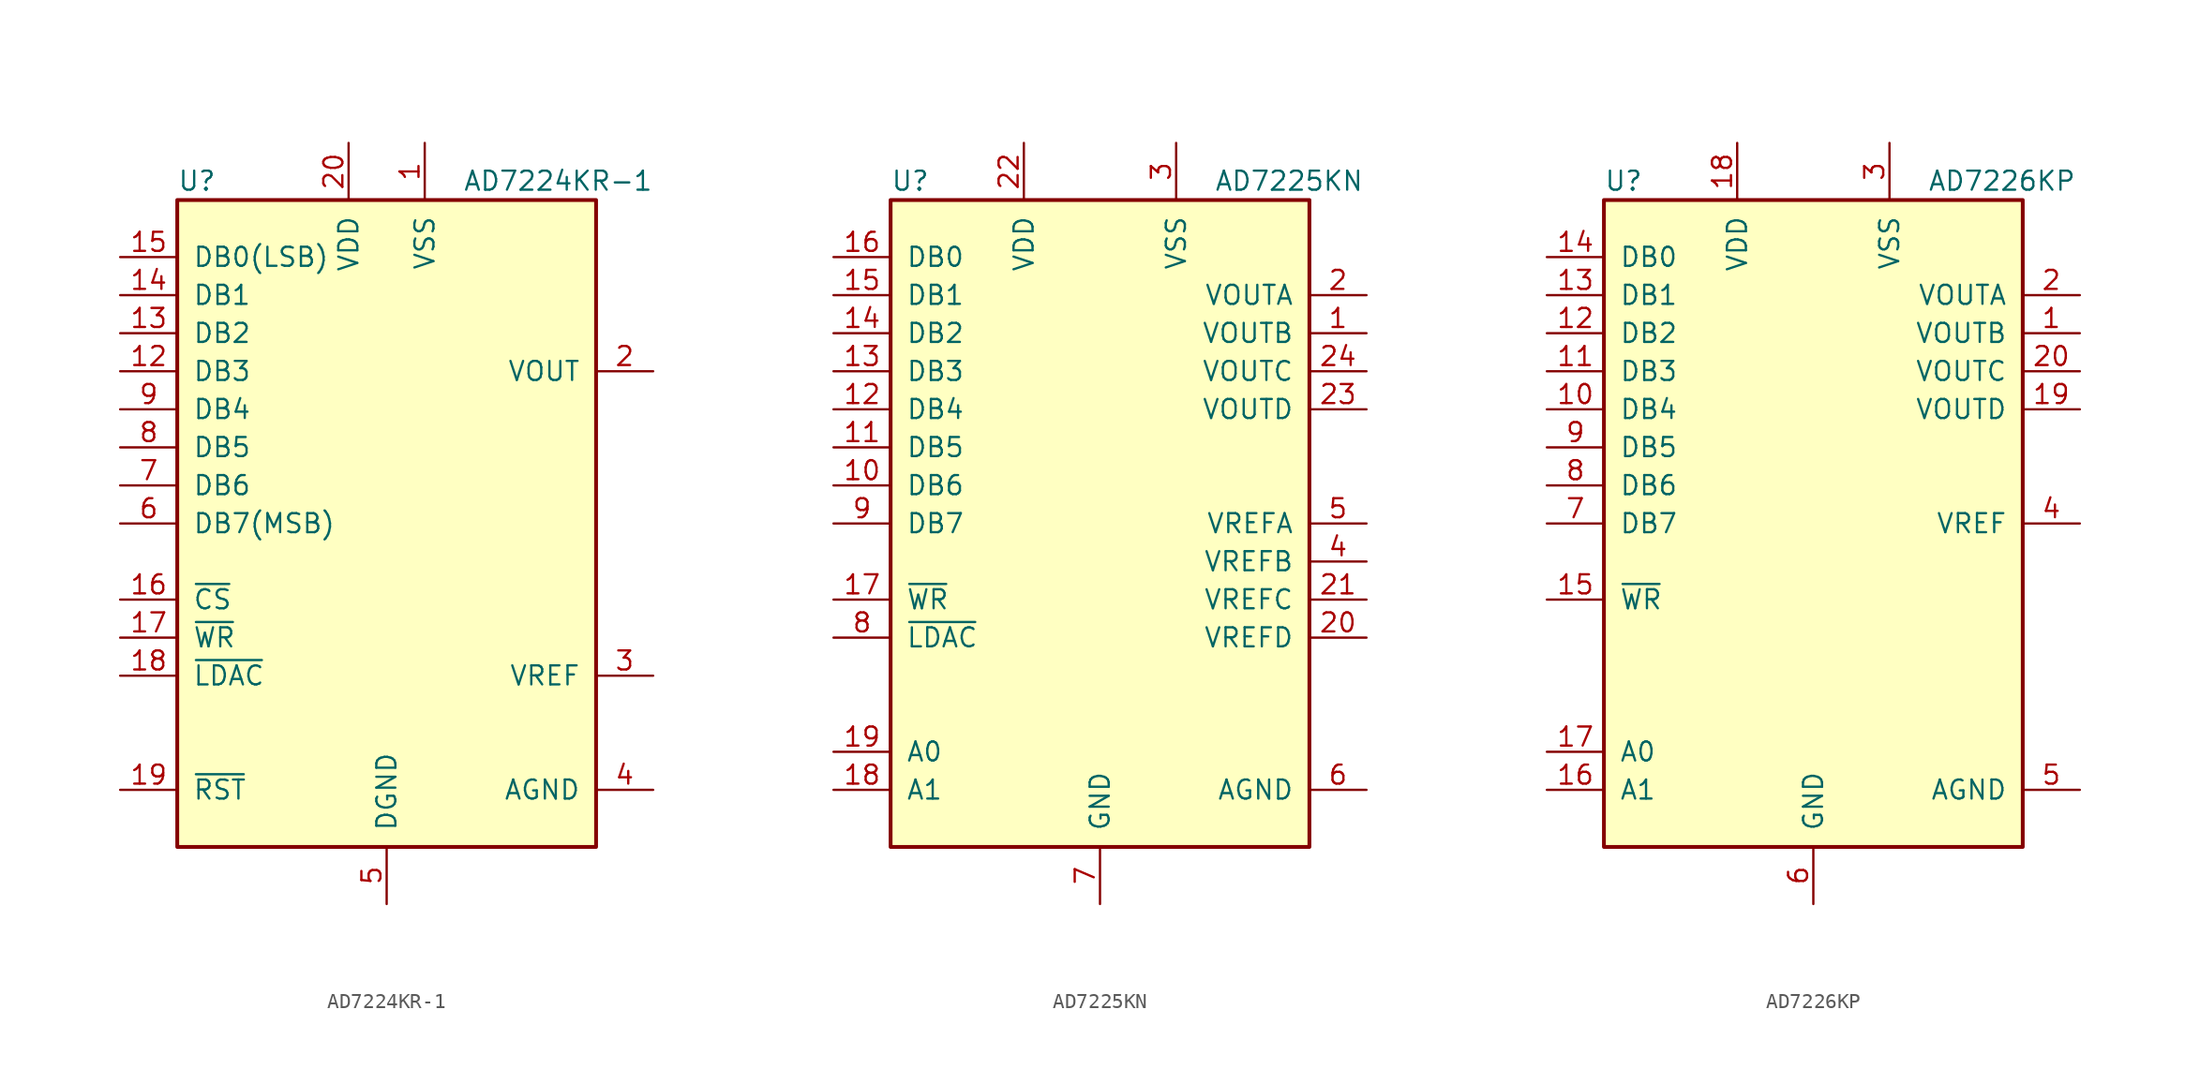
<source format=kicad_sym>
(kicad_symbol_lib
  (version 20201005)
  (generator kicad_symbol_editor)
  (symbol "AD7224KR-1"
    (pin_names
      (offset 1.016))
    (property "Reference" "U"
      (at -13.97 22.86 0)
      (effects (font (size 1.27 1.27)) (justify left)))
    (property "Value" "AD7224KR-1"
      (at 5.08 22.86 0)
      (effects (font (size 1.27 1.27)) (justify left)))
    (symbol "AD7224KR-1_1_1"
      (rectangle (start -13.97 -21.59) (end 13.97 21.59) (stroke (width 0.254)) (fill (type background)))
      (pin power_in line (at 2.54 25.4 270) (length 3.81) (name "VSS" (effects (font (size 1.27 1.27)))) (number "1" (effects (font (size 1.27 1.27)))))
      (pin input line (at -17.78 10.16 0) (length 3.81) (name "DB3" (effects (font (size 1.27 1.27)))) (number "12" (effects (font (size 1.27 1.27)))))
      (pin input line (at -17.78 12.7 0) (length 3.81) (name "DB2" (effects (font (size 1.27 1.27)))) (number "13" (effects (font (size 1.27 1.27)))))
      (pin input line (at -17.78 15.24 0) (length 3.81) (name "DB1" (effects (font (size 1.27 1.27)))) (number "14" (effects (font (size 1.27 1.27)))))
      (pin input line (at -17.78 17.78 0) (length 3.81) (name "DB0(LSB)" (effects (font (size 1.27 1.27)))) (number "15" (effects (font (size 1.27 1.27)))))
      (pin input line (at -17.78 -5.08 0) (length 3.81) (name "~CS" (effects (font (size 1.27 1.27)))) (number "16" (effects (font (size 1.27 1.27)))))
      (pin input line (at -17.78 -7.62 0) (length 3.81) (name "~WR" (effects (font (size 1.27 1.27)))) (number "17" (effects (font (size 1.27 1.27)))))
      (pin input line (at -17.78 -10.16 0) (length 3.81) (name "~LDAC" (effects (font (size 1.27 1.27)))) (number "18" (effects (font (size 1.27 1.27)))))
      (pin input line (at -17.78 -17.78 0) (length 3.81) (name "~RST" (effects (font (size 1.27 1.27)))) (number "19" (effects (font (size 1.27 1.27)))))
      (pin output line (at 17.78 10.16 180) (length 3.81) (name "VOUT" (effects (font (size 1.27 1.27)))) (number "2" (effects (font (size 1.27 1.27)))))
      (pin power_in line (at -2.54 25.4 270) (length 3.81) (name "VDD" (effects (font (size 1.27 1.27)))) (number "20" (effects (font (size 1.27 1.27)))))
      (pin passive line (at 17.78 -10.16 180) (length 3.81) (name "VREF" (effects (font (size 1.27 1.27)))) (number "3" (effects (font (size 1.27 1.27)))))
      (pin passive line (at 17.78 -17.78 180) (length 3.81) (name "AGND" (effects (font (size 1.27 1.27)))) (number "4" (effects (font (size 1.27 1.27)))))
      (pin power_in line (at 0 -25.4 90) (length 3.81) (name "DGND" (effects (font (size 1.27 1.27)))) (number "5" (effects (font (size 1.27 1.27)))))
      (pin input line (at -17.78 0 0) (length 3.81) (name "DB7(MSB)" (effects (font (size 1.27 1.27)))) (number "6" (effects (font (size 1.27 1.27)))))
      (pin input line (at -17.78 2.54 0) (length 3.81) (name "DB6" (effects (font (size 1.27 1.27)))) (number "7" (effects (font (size 1.27 1.27)))))
      (pin input line (at -17.78 5.08 0) (length 3.81) (name "DB5" (effects (font (size 1.27 1.27)))) (number "8" (effects (font (size 1.27 1.27)))))
      (pin input line (at -17.78 7.62 0) (length 3.81) (name "DB4" (effects (font (size 1.27 1.27)))) (number "9" (effects (font (size 1.27 1.27)))))))
  (symbol "AD7225KN"
    (pin_names
      (offset 1.016))
    (property "Reference" "U"
      (at -13.97 22.86 0)
      (effects (font (size 1.27 1.27)) (justify left)))
    (property "Value" "AD7225KN"
      (at 7.62 22.86 0)
      (effects (font (size 1.27 1.27)) (justify left)))
    (symbol "AD7225KN_0_1"
      (rectangle (start -13.97 -21.59) (end 13.97 21.59) (stroke (width 0.254)) (fill (type background))))
    (symbol "AD7225KN_1_1"
      (pin output line (at 17.78 12.7 180) (length 3.81) (name "VOUTB" (effects (font (size 1.27 1.27)))) (number "1" (effects (font (size 1.27 1.27)))))
      (pin input line (at -17.78 2.54 0) (length 3.81) (name "DB6" (effects (font (size 1.27 1.27)))) (number "10" (effects (font (size 1.27 1.27)))))
      (pin input line (at -17.78 5.08 0) (length 3.81) (name "DB5" (effects (font (size 1.27 1.27)))) (number "11" (effects (font (size 1.27 1.27)))))
      (pin input line (at -17.78 7.62 0) (length 3.81) (name "DB4" (effects (font (size 1.27 1.27)))) (number "12" (effects (font (size 1.27 1.27)))))
      (pin input line (at -17.78 10.16 0) (length 3.81) (name "DB3" (effects (font (size 1.27 1.27)))) (number "13" (effects (font (size 1.27 1.27)))))
      (pin input line (at -17.78 12.7 0) (length 3.81) (name "DB2" (effects (font (size 1.27 1.27)))) (number "14" (effects (font (size 1.27 1.27)))))
      (pin input line (at -17.78 15.24 0) (length 3.81) (name "DB1" (effects (font (size 1.27 1.27)))) (number "15" (effects (font (size 1.27 1.27)))))
      (pin input line (at -17.78 17.78 0) (length 3.81) (name "DB0" (effects (font (size 1.27 1.27)))) (number "16" (effects (font (size 1.27 1.27)))))
      (pin input line (at -17.78 -5.08 0) (length 3.81) (name "~WR" (effects (font (size 1.27 1.27)))) (number "17" (effects (font (size 1.27 1.27)))))
      (pin input line (at -17.78 -17.78 0) (length 3.81) (name "A1" (effects (font (size 1.27 1.27)))) (number "18" (effects (font (size 1.27 1.27)))))
      (pin input line (at -17.78 -15.24 0) (length 3.81) (name "A0" (effects (font (size 1.27 1.27)))) (number "19" (effects (font (size 1.27 1.27)))))
      (pin output line (at 17.78 15.24 180) (length 3.81) (name "VOUTA" (effects (font (size 1.27 1.27)))) (number "2" (effects (font (size 1.27 1.27)))))
      (pin input line (at 17.78 -7.62 180) (length 3.81) (name "VREFD" (effects (font (size 1.27 1.27)))) (number "20" (effects (font (size 1.27 1.27)))))
      (pin input line (at 17.78 -5.08 180) (length 3.81) (name "VREFC" (effects (font (size 1.27 1.27)))) (number "21" (effects (font (size 1.27 1.27)))))
      (pin power_in line (at -5.08 25.4 270) (length 3.81) (name "VDD" (effects (font (size 1.27 1.27)))) (number "22" (effects (font (size 1.27 1.27)))))
      (pin output line (at 17.78 7.62 180) (length 3.81) (name "VOUTD" (effects (font (size 1.27 1.27)))) (number "23" (effects (font (size 1.27 1.27)))))
      (pin output line (at 17.78 10.16 180) (length 3.81) (name "VOUTC" (effects (font (size 1.27 1.27)))) (number "24" (effects (font (size 1.27 1.27)))))
      (pin power_in line (at 5.08 25.4 270) (length 3.81) (name "VSS" (effects (font (size 1.27 1.27)))) (number "3" (effects (font (size 1.27 1.27)))))
      (pin input line (at 17.78 -2.54 180) (length 3.81) (name "VREFB" (effects (font (size 1.27 1.27)))) (number "4" (effects (font (size 1.27 1.27)))))
      (pin input line (at 17.78 0 180) (length 3.81) (name "VREFA" (effects (font (size 1.27 1.27)))) (number "5" (effects (font (size 1.27 1.27)))))
      (pin input line (at 17.78 -17.78 180) (length 3.81) (name "AGND" (effects (font (size 1.27 1.27)))) (number "6" (effects (font (size 1.27 1.27)))))
      (pin power_in line (at 0 -25.4 90) (length 3.81) (name "GND" (effects (font (size 1.27 1.27)))) (number "7" (effects (font (size 1.27 1.27)))))
      (pin input line (at -17.78 -7.62 0) (length 3.81) (name "~LDAC" (effects (font (size 1.27 1.27)))) (number "8" (effects (font (size 1.27 1.27)))))
      (pin input line (at -17.78 0 0) (length 3.81) (name "DB7" (effects (font (size 1.27 1.27)))) (number "9" (effects (font (size 1.27 1.27)))))))
  (symbol "AD7226KP"
    (pin_names
      (offset 1.016))
    (property "Reference" "U"
      (at -13.97 22.86 0)
      (effects (font (size 1.27 1.27)) (justify left)))
    (property "Value" "AD7226KP"
      (at 7.62 22.86 0)
      (effects (font (size 1.27 1.27)) (justify left)))
    (symbol "AD7226KP_0_1"
      (rectangle (start -13.97 -21.59) (end 13.97 21.59) (stroke (width 0.254)) (fill (type background))))
    (symbol "AD7226KP_1_1"
      (pin output line (at 17.78 12.7 180) (length 3.81) (name "VOUTB" (effects (font (size 1.27 1.27)))) (number "1" (effects (font (size 1.27 1.27)))))
      (pin input line (at -17.78 7.62 0) (length 3.81) (name "DB4" (effects (font (size 1.27 1.27)))) (number "10" (effects (font (size 1.27 1.27)))))
      (pin input line (at -17.78 10.16 0) (length 3.81) (name "DB3" (effects (font (size 1.27 1.27)))) (number "11" (effects (font (size 1.27 1.27)))))
      (pin input line (at -17.78 12.7 0) (length 3.81) (name "DB2" (effects (font (size 1.27 1.27)))) (number "12" (effects (font (size 1.27 1.27)))))
      (pin input line (at -17.78 15.24 0) (length 3.81) (name "DB1" (effects (font (size 1.27 1.27)))) (number "13" (effects (font (size 1.27 1.27)))))
      (pin input line (at -17.78 17.78 0) (length 3.81) (name "DB0" (effects (font (size 1.27 1.27)))) (number "14" (effects (font (size 1.27 1.27)))))
      (pin input line (at -17.78 -5.08 0) (length 3.81) (name "~WR" (effects (font (size 1.27 1.27)))) (number "15" (effects (font (size 1.27 1.27)))))
      (pin input line (at -17.78 -17.78 0) (length 3.81) (name "A1" (effects (font (size 1.27 1.27)))) (number "16" (effects (font (size 1.27 1.27)))))
      (pin input line (at -17.78 -15.24 0) (length 3.81) (name "A0" (effects (font (size 1.27 1.27)))) (number "17" (effects (font (size 1.27 1.27)))))
      (pin power_in line (at -5.08 25.4 270) (length 3.81) (name "VDD" (effects (font (size 1.27 1.27)))) (number "18" (effects (font (size 1.27 1.27)))))
      (pin output line (at 17.78 7.62 180) (length 3.81) (name "VOUTD" (effects (font (size 1.27 1.27)))) (number "19" (effects (font (size 1.27 1.27)))))
      (pin output line (at 17.78 15.24 180) (length 3.81) (name "VOUTA" (effects (font (size 1.27 1.27)))) (number "2" (effects (font (size 1.27 1.27)))))
      (pin output line (at 17.78 10.16 180) (length 3.81) (name "VOUTC" (effects (font (size 1.27 1.27)))) (number "20" (effects (font (size 1.27 1.27)))))
      (pin power_in line (at 5.08 25.4 270) (length 3.81) (name "VSS" (effects (font (size 1.27 1.27)))) (number "3" (effects (font (size 1.27 1.27)))))
      (pin input line (at 17.78 0 180) (length 3.81) (name "VREF" (effects (font (size 1.27 1.27)))) (number "4" (effects (font (size 1.27 1.27)))))
      (pin input line (at 17.78 -17.78 180) (length 3.81) (name "AGND" (effects (font (size 1.27 1.27)))) (number "5" (effects (font (size 1.27 1.27)))))
      (pin power_in line (at 0 -25.4 90) (length 3.81) (name "GND" (effects (font (size 1.27 1.27)))) (number "6" (effects (font (size 1.27 1.27)))))
      (pin input line (at -17.78 0 0) (length 3.81) (name "DB7" (effects (font (size 1.27 1.27)))) (number "7" (effects (font (size 1.27 1.27)))))
      (pin input line (at -17.78 2.54 0) (length 3.81) (name "DB6" (effects (font (size 1.27 1.27)))) (number "8" (effects (font (size 1.27 1.27)))))
      (pin input line (at -17.78 5.08 0) (length 3.81) (name "DB5" (effects (font (size 1.27 1.27)))) (number "9" (effects (font (size 1.27 1.27))))))))
</source>
